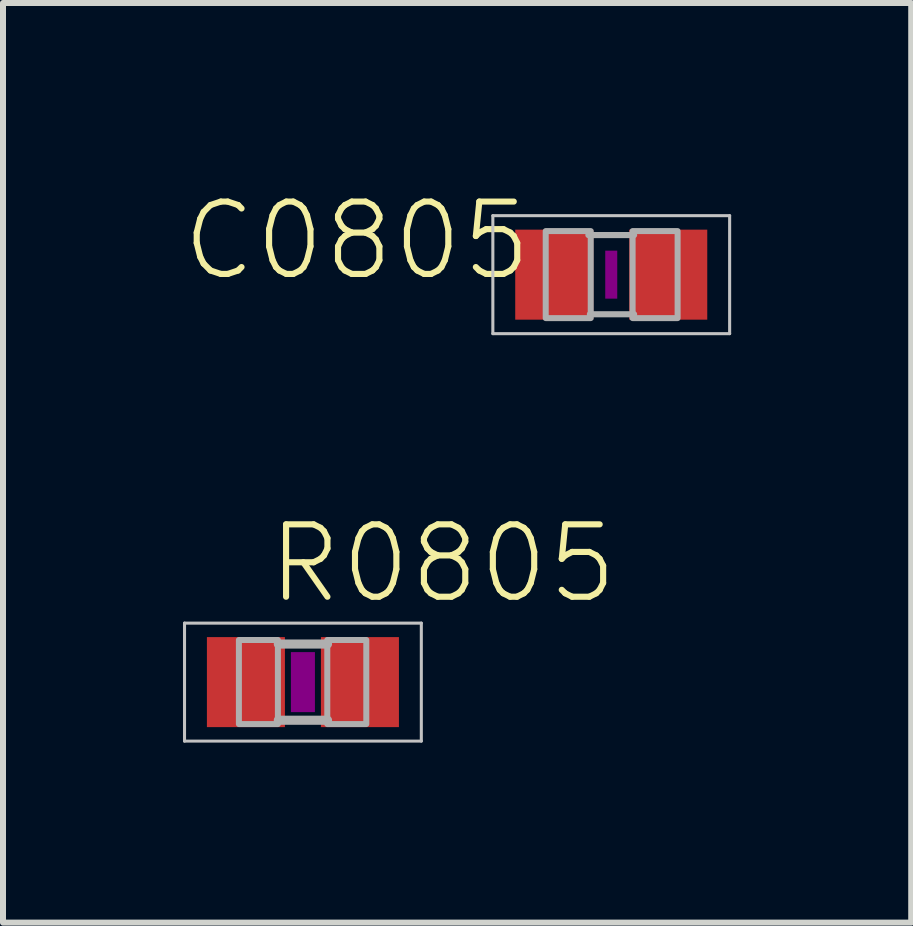
<source format=kicad_pcb>
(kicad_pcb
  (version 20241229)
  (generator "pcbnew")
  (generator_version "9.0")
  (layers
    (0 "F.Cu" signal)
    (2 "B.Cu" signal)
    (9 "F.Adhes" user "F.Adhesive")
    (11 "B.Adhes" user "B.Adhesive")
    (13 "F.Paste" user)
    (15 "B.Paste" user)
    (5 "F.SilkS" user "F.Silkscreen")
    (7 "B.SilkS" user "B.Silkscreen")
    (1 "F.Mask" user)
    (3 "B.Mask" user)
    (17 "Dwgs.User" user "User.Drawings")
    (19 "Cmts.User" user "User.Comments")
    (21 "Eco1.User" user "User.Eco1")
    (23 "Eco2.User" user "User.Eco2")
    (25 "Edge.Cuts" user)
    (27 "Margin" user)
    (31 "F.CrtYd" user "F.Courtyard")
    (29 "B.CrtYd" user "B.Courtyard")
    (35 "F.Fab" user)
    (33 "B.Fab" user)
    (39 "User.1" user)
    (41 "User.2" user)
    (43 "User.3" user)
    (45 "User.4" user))
  (footprint "C0805"
    (layer "F.Cu")
    (at 7.136 1.527)
    (property "Reference" "C0805" (at -1.27 -1.27 0) (layer "F.SilkS") (effects (font (size 1.206 1.206) (thickness 0.102)) (justify right top)))
    (attr through_hole)
    (fp_poly (pts (xy -0.1 0.4) (xy 0.1 0.4) (xy 0.1 -0.4) (xy -0.1 -0.4)) (stroke (width 0) (type solid)) (fill yes) (layer "F.Adhes"))
    (fp_line (start -1.973 -0.983) (end 1.973 -0.983) (stroke (width 0.051) (type solid)) (layer "Dwgs.User"))
    (fp_line (start -1.973 0.983) (end -1.973 -0.983) (stroke (width 0.051) (type solid)) (layer "Dwgs.User"))
    (fp_line (start 1.973 -0.983) (end 1.973 0.983) (stroke (width 0.051) (type solid)) (layer "Dwgs.User"))
    (fp_line (start 1.973 0.983) (end -1.973 0.983) (stroke (width 0.051) (type solid)) (layer "Dwgs.User"))
    (fp_line (start -0.381 -0.66) (end 0.381 -0.66) (stroke (width 0.102) (type solid)) (layer "F.Fab"))
    (fp_line (start -0.356 0.66) (end 0.381 0.66) (stroke (width 0.102) (type solid)) (layer "F.Fab"))
    (fp_poly (pts (xy -1.092 0.724) (xy -0.342 0.724) (xy -0.342 -0.726) (xy -1.092 -0.726)) (stroke (width 0.1) (type solid)) (fill no) (layer "F.Fab"))
    (fp_poly (pts (xy 0.356 0.724) (xy 1.106 0.724) (xy 1.106 -0.726) (xy 0.356 -0.726)) (stroke (width 0.1) (type solid)) (fill no) (layer "F.Fab"))
    (pad "1" smd rect (at -0.95 0) (size 1.3 1.5) (layers "F.Cu" "F.Mask" "F.Paste"))
    (pad "2" smd rect (at 0.95 0) (size 1.3 1.5) (layers "F.Cu" "F.Mask" "F.Paste")))
  (footprint "R0805"
    (layer "F.Cu")
    (at 1.998 8.317)
    (property "Reference" "R0805" (at -0.635 -1.27 0) (layer "F.SilkS") (effects (font (size 1.206 1.206) (thickness 0.102)) (justify left bottom)))
    (attr through_hole)
    (fp_poly (pts (xy -0.2 0.5) (xy 0.2 0.5) (xy 0.2 -0.5) (xy -0.2 -0.5)) (stroke (width 0) (type solid)) (fill yes) (layer "F.Adhes"))
    (fp_line (start -1.973 -0.983) (end 1.973 -0.983) (stroke (width 0.051) (type solid)) (layer "Dwgs.User"))
    (fp_line (start -1.973 0.983) (end -1.973 -0.983) (stroke (width 0.051) (type solid)) (layer "Dwgs.User"))
    (fp_line (start 1.973 -0.983) (end 1.973 0.983) (stroke (width 0.051) (type solid)) (layer "Dwgs.User"))
    (fp_line (start 1.973 0.983) (end -1.973 0.983) (stroke (width 0.051) (type solid)) (layer "Dwgs.User"))
    (fp_line (start -0.41 -0.635) (end 0.41 -0.635) (stroke (width 0.152) (type solid)) (layer "F.Fab"))
    (fp_line (start -0.41 0.635) (end 0.41 0.635) (stroke (width 0.152) (type solid)) (layer "F.Fab"))
    (fp_poly (pts (xy -1.067 0.699) (xy -0.417 0.699) (xy -0.417 -0.702) (xy -1.067 -0.702)) (stroke (width 0.1) (type solid)) (fill no) (layer "F.Fab"))
    (fp_poly (pts (xy 0.406 0.699) (xy 1.056 0.699) (xy 1.056 -0.702) (xy 0.406 -0.702)) (stroke (width 0.1) (type solid)) (fill no) (layer "F.Fab"))
    (pad "1" smd rect (at -0.95 0) (size 1.3 1.5) (layers "F.Cu" "F.Mask" "F.Paste"))
    (pad "2" smd rect (at 0.95 0) (size 1.3 1.5) (layers "F.Cu" "F.Mask" "F.Paste")))
  (gr_rect
    (start -3 -3)
    (end 12.135 12.325)
    (stroke (width 0.1) (type default))
    (fill no)
    (layer "Edge.Cuts")))
</source>
